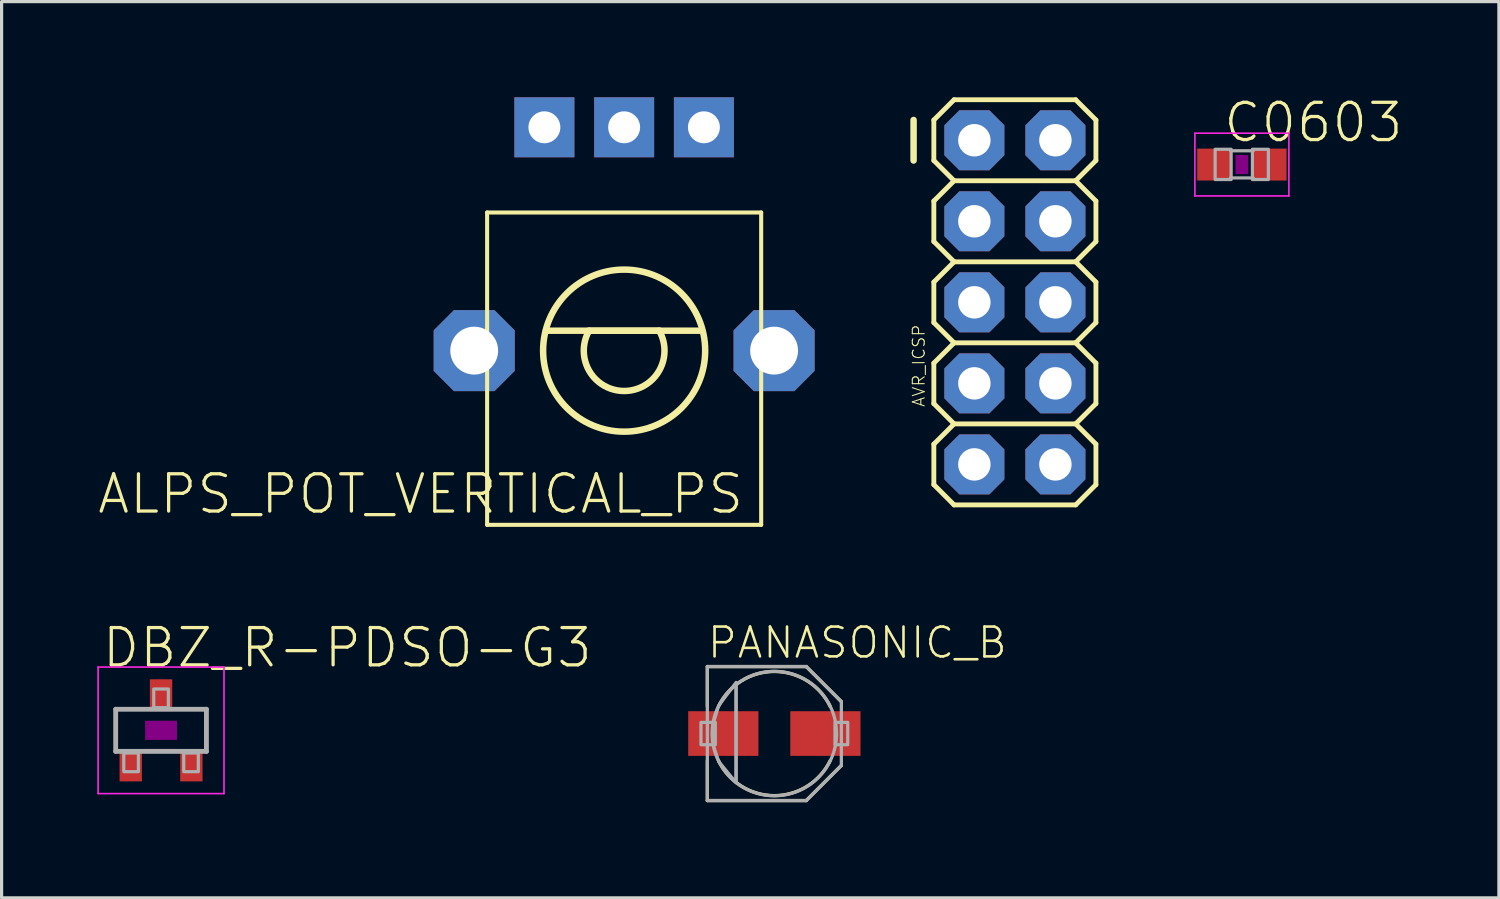
<source format=kicad_pcb>
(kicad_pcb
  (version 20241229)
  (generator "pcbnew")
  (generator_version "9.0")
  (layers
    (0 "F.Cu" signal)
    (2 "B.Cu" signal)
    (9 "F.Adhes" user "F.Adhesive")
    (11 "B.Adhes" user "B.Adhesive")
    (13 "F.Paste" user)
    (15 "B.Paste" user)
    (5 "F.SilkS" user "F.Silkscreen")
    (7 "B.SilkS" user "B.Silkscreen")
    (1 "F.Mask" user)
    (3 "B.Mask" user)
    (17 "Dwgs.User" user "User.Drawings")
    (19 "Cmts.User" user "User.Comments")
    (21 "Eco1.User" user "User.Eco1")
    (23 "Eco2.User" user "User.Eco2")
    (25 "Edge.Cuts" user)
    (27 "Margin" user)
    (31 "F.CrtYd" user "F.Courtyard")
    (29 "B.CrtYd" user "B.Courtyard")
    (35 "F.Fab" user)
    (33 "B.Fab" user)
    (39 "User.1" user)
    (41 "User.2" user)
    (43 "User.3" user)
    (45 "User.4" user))
  (footprint "PANASONIC_B"
    (layer "F.Cu")
    (at 21.221 19.942)
    (property "Reference" "PANASONIC_B" (at -2.15 -2.3 0) (layer "F.SilkS") (effects (font (size 0.935 0.935) (thickness 0.081)) (justify left bottom)))
    (fp_line (start -2.1 -2.1) (end 1 -2.1) (stroke (width 0.102) (type solid)) (layer "F.SilkS"))
    (fp_line (start -2.1 -0.85) (end -2.1 -2.1) (stroke (width 0.102) (type solid)) (layer "F.SilkS"))
    (fp_line (start -2.1 2.1) (end -2.1 0.85) (stroke (width 0.102) (type solid)) (layer "F.SilkS"))
    (fp_line (start 1 -2.1) (end 2.1 -1) (stroke (width 0.102) (type solid)) (layer "F.SilkS"))
    (fp_line (start 1 2.1) (end -2.1 2.1) (stroke (width 0.102) (type solid)) (layer "F.SilkS"))
    (fp_line (start 2.1 1) (end 1 2.1) (stroke (width 0.102) (type solid)) (layer "F.SilkS"))
    (fp_arc (start -1.75 -0.85) (mid 0 -1.945508) (end 1.75 -0.85) (stroke (width 0.1016) (type solid)) (layer "F.SilkS"))
    (fp_arc (start 1.75 0.85) (mid 0 1.945508) (end -1.75 0.85) (stroke (width 0.1016) (type solid)) (layer "F.SilkS"))
    (fp_line (start -2.1 -2.1) (end 1 -2.1) (stroke (width 0.102) (type solid)) (layer "F.Fab"))
    (fp_line (start -2.1 2.1) (end -2.1 -2.1) (stroke (width 0.102) (type solid)) (layer "F.Fab"))
    (fp_line (start -1.2 -1.5) (end -1.2 1.5) (stroke (width 0.102) (type solid)) (layer "F.Fab"))
    (fp_line (start 1 -2.1) (end 2.1 -1) (stroke (width 0.102) (type solid)) (layer "F.Fab"))
    (fp_line (start 1 2.1) (end -2.1 2.1) (stroke (width 0.102) (type solid)) (layer "F.Fab"))
    (fp_line (start 2.1 -1) (end 2.1 1) (stroke (width 0.102) (type solid)) (layer "F.Fab"))
    (fp_line (start 2.1 1) (end 1 2.1) (stroke (width 0.102) (type solid)) (layer "F.Fab"))
    (fp_circle (center 0 0) (end 1.95 0) (stroke (width 0.102) (type solid)) (fill no) (layer "F.Fab"))
    (fp_poly (pts (xy -2.3 0.35) (xy -1.85 0.35) (xy -1.85 -0.35) (xy -2.3 -0.35)) (stroke (width 0.1) (type solid)) (fill no) (layer "F.Fab"))
    (fp_poly (pts (xy 1.9 0.35) (xy 2.3 0.35) (xy 2.3 -0.35) (xy 1.9 -0.35)) (stroke (width 0.1) (type solid)) (fill no) (layer "F.Fab"))
    (fp_poly (pts (xy -1.199 1.542) (xy -1.745 0.875) (xy -1.901 0.408) (xy -1.901 -0.357) (xy -1.746 -0.873) (xy -1.199 -1.602)) (stroke (width 0.1) (type solid)) (fill no) (layer "F.Fab"))
    (pad "+" smd rect (at 1.6 0) (size 2.2 1.4) (layers "F.Cu" "F.Mask" "F.Paste"))
    (pad "-" smd rect (at -1.6 0) (size 2.2 1.4) (layers "F.Cu" "F.Mask" "F.Paste")))
  (footprint "DBZ_R-PDSO-G3"
    (layer "F.Cu")
    (at 1.998 19.841)
    (property "Reference" "DBZ_R-PDSO-G3" (at -1.905 -1.905 0) (layer "F.SilkS") (effects (font (size 1.168 1.168) (thickness 0.102)) (justify left bottom)))
    (fp_poly (pts (xy -0.5 0.3) (xy 0.5 0.3) (xy 0.5 -0.3) (xy -0.5 -0.3)) (stroke (width 0) (type solid)) (fill yes) (layer "F.Adhes"))
    (fp_line (start -1.973 -1.983) (end 1.973 -1.983) (stroke (width 0.051) (type solid)) (layer "F.CrtYd"))
    (fp_line (start -1.973 1.983) (end -1.973 -1.983) (stroke (width 0.051) (type solid)) (layer "F.CrtYd"))
    (fp_line (start 1.973 -1.983) (end 1.973 1.983) (stroke (width 0.051) (type solid)) (layer "F.CrtYd"))
    (fp_line (start 1.973 1.983) (end -1.973 1.983) (stroke (width 0.051) (type solid)) (layer "F.CrtYd"))
    (fp_line (start -1.422 -0.66) (end 1.422 -0.66) (stroke (width 0.152) (type solid)) (layer "F.Fab"))
    (fp_line (start -1.422 0.66) (end -1.422 -0.66) (stroke (width 0.152) (type solid)) (layer "F.Fab"))
    (fp_line (start 1.422 -0.66) (end 1.422 0.66) (stroke (width 0.152) (type solid)) (layer "F.Fab"))
    (fp_line (start 1.422 0.66) (end -1.422 0.66) (stroke (width 0.152) (type solid)) (layer "F.Fab"))
    (fp_poly (pts (xy -1.168 1.295) (xy -0.711 1.295) (xy -0.711 0.711) (xy -1.168 0.711)) (stroke (width 0.1) (type solid)) (fill no) (layer "F.Fab"))
    (fp_poly (pts (xy -0.229 -0.711) (xy 0.229 -0.711) (xy 0.229 -1.295) (xy -0.229 -1.295)) (stroke (width 0.1) (type solid)) (fill no) (layer "F.Fab"))
    (fp_poly (pts (xy 0.711 1.295) (xy 1.168 1.295) (xy 1.168 0.711) (xy 0.711 0.711)) (stroke (width 0.1) (type solid)) (fill no) (layer "F.Fab"))
    (pad "1" smd rect (at -0.95 1.1) (size 0.7 1) (layers "F.Cu" "F.Mask" "F.Paste"))
    (pad "2" smd rect (at 0.95 1.1) (size 0.7 1) (layers "F.Cu" "F.Mask" "F.Paste"))
    (pad "3" smd rect (at 0 -1.1) (size 0.7 1) (layers "F.Cu" "F.Mask" "F.Paste")))
  (footprint "AVR_ICSP"
    (layer "F.Cu")
    (at 28.76 6.426)
    (property "Reference" "AVR_ICSP" (at -2.794 3.302 90) (layer "F.SilkS") (effects (font (size 0.374 0.374) (thickness 0.033)) (justify left bottom)))
    (fp_line (start -3.175 -5.715) (end -3.175 -4.445) (stroke (width 0.203) (type solid)) (layer "F.SilkS"))
    (fp_line (start -2.54 -5.715) (end -2.54 -4.445) (stroke (width 0.152) (type solid)) (layer "F.SilkS"))
    (fp_line (start -2.54 -4.445) (end -1.905 -3.81) (stroke (width 0.152) (type solid)) (layer "F.SilkS"))
    (fp_line (start -2.54 -3.175) (end -2.54 -1.905) (stroke (width 0.152) (type solid)) (layer "F.SilkS"))
    (fp_line (start -2.54 -1.905) (end -1.905 -1.27) (stroke (width 0.152) (type solid)) (layer "F.SilkS"))
    (fp_line (start -2.54 -0.635) (end -2.54 0.635) (stroke (width 0.152) (type solid)) (layer "F.SilkS"))
    (fp_line (start -2.54 0.635) (end -1.905 1.27) (stroke (width 0.152) (type solid)) (layer "F.SilkS"))
    (fp_line (start -2.54 1.905) (end -2.54 3.175) (stroke (width 0.152) (type solid)) (layer "F.SilkS"))
    (fp_line (start -2.54 3.175) (end -1.905 3.81) (stroke (width 0.152) (type solid)) (layer "F.SilkS"))
    (fp_line (start -2.54 4.445) (end -2.54 5.715) (stroke (width 0.152) (type solid)) (layer "F.SilkS"))
    (fp_line (start -2.54 5.715) (end -1.905 6.35) (stroke (width 0.152) (type solid)) (layer "F.SilkS"))
    (fp_line (start -1.905 -6.35) (end -2.54 -5.715) (stroke (width 0.152) (type solid)) (layer "F.SilkS"))
    (fp_line (start -1.905 -6.35) (end 1.905 -6.35) (stroke (width 0.152) (type solid)) (layer "F.SilkS"))
    (fp_line (start -1.905 -3.81) (end -2.54 -3.175) (stroke (width 0.152) (type solid)) (layer "F.SilkS"))
    (fp_line (start -1.905 -1.27) (end -2.54 -0.635) (stroke (width 0.152) (type solid)) (layer "F.SilkS"))
    (fp_line (start -1.905 1.27) (end -2.54 1.905) (stroke (width 0.152) (type solid)) (layer "F.SilkS"))
    (fp_line (start -1.905 3.81) (end -2.54 4.445) (stroke (width 0.152) (type solid)) (layer "F.SilkS"))
    (fp_line (start 1.905 -6.35) (end 2.54 -5.715) (stroke (width 0.152) (type solid)) (layer "F.SilkS"))
    (fp_line (start 1.905 -3.81) (end -1.905 -3.81) (stroke (width 0.152) (type solid)) (layer "F.SilkS"))
    (fp_line (start 1.905 -3.81) (end 2.54 -3.175) (stroke (width 0.152) (type solid)) (layer "F.SilkS"))
    (fp_line (start 1.905 -1.27) (end -1.905 -1.27) (stroke (width 0.152) (type solid)) (layer "F.SilkS"))
    (fp_line (start 1.905 -1.27) (end 2.54 -0.635) (stroke (width 0.152) (type solid)) (layer "F.SilkS"))
    (fp_line (start 1.905 1.27) (end -1.905 1.27) (stroke (width 0.152) (type solid)) (layer "F.SilkS"))
    (fp_line (start 1.905 1.27) (end 2.54 1.905) (stroke (width 0.152) (type solid)) (layer "F.SilkS"))
    (fp_line (start 1.905 3.81) (end -1.905 3.81) (stroke (width 0.152) (type solid)) (layer "F.SilkS"))
    (fp_line (start 1.905 3.81) (end 2.54 4.445) (stroke (width 0.152) (type solid)) (layer "F.SilkS"))
    (fp_line (start 1.905 6.35) (end -1.905 6.35) (stroke (width 0.152) (type solid)) (layer "F.SilkS"))
    (fp_line (start 2.54 -5.715) (end 2.54 -4.445) (stroke (width 0.152) (type solid)) (layer "F.SilkS"))
    (fp_line (start 2.54 -4.445) (end 1.905 -3.81) (stroke (width 0.152) (type solid)) (layer "F.SilkS"))
    (fp_line (start 2.54 -3.175) (end 2.54 -1.905) (stroke (width 0.152) (type solid)) (layer "F.SilkS"))
    (fp_line (start 2.54 -1.905) (end 1.905 -1.27) (stroke (width 0.152) (type solid)) (layer "F.SilkS"))
    (fp_line (start 2.54 -0.635) (end 2.54 0.635) (stroke (width 0.152) (type solid)) (layer "F.SilkS"))
    (fp_line (start 2.54 0.635) (end 1.905 1.27) (stroke (width 0.152) (type solid)) (layer "F.SilkS"))
    (fp_line (start 2.54 1.905) (end 2.54 3.175) (stroke (width 0.152) (type solid)) (layer "F.SilkS"))
    (fp_line (start 2.54 3.175) (end 1.905 3.81) (stroke (width 0.152) (type solid)) (layer "F.SilkS"))
    (fp_line (start 2.54 4.445) (end 2.54 5.715) (stroke (width 0.152) (type solid)) (layer "F.SilkS"))
    (fp_line (start 2.54 5.715) (end 1.905 6.35) (stroke (width 0.152) (type solid)) (layer "F.SilkS"))
    (fp_poly (pts (xy -1.524 0.254) (xy -1.016 0.254) (xy -1.016 -0.254) (xy -1.524 -0.254)) (stroke (width 0) (type solid)) (fill yes) (layer "F.SilkS"))
    (fp_poly (pts (xy -1.524 -4.826) (xy -1.016 -4.826) (xy -1.016 -5.334) (xy -1.524 -5.334)) (stroke (width 0.1) (type solid)) (fill no) (layer "F.Fab"))
    (fp_poly (pts (xy -1.524 -2.286) (xy -1.016 -2.286) (xy -1.016 -2.794) (xy -1.524 -2.794)) (stroke (width 0.1) (type solid)) (fill no) (layer "F.Fab"))
    (fp_poly (pts (xy -1.524 2.794) (xy -1.016 2.794) (xy -1.016 2.286) (xy -1.524 2.286)) (stroke (width 0.1) (type solid)) (fill no) (layer "F.Fab"))
    (fp_poly (pts (xy -1.524 5.334) (xy -1.016 5.334) (xy -1.016 4.826) (xy -1.524 4.826)) (stroke (width 0.1) (type solid)) (fill no) (layer "F.Fab"))
    (fp_poly (pts (xy 1.016 -4.826) (xy 1.524 -4.826) (xy 1.524 -5.334) (xy 1.016 -5.334)) (stroke (width 0.1) (type solid)) (fill no) (layer "F.Fab"))
    (fp_poly (pts (xy 1.016 -2.286) (xy 1.524 -2.286) (xy 1.524 -2.794) (xy 1.016 -2.794)) (stroke (width 0.1) (type solid)) (fill no) (layer "F.Fab"))
    (fp_poly (pts (xy 1.016 0.254) (xy 1.524 0.254) (xy 1.524 -0.254) (xy 1.016 -0.254)) (stroke (width 0.1) (type solid)) (fill no) (layer "F.Fab"))
    (fp_poly (pts (xy 1.016 2.794) (xy 1.524 2.794) (xy 1.524 2.286) (xy 1.016 2.286)) (stroke (width 0.1) (type solid)) (fill no) (layer "F.Fab"))
    (fp_poly (pts (xy 1.016 5.334) (xy 1.524 5.334) (xy 1.524 4.826) (xy 1.016 4.826)) (stroke (width 0.1) (type solid)) (fill no) (layer "F.Fab"))
    (pad "1" thru_hole roundrect (at -1.27 -5.08 270) (size 1.88 1.88) (drill 1.016) (layers "*.Cu" "*.Mask") (roundrect_rratio 0.25) (chamfer_ratio 0.25) (chamfer top_left top_right bottom_left bottom_right))
    (pad "2" thru_hole roundrect (at 1.27 -5.08 270) (size 1.88 1.88) (drill 1.016) (layers "*.Cu" "*.Mask") (roundrect_rratio 0.25) (chamfer_ratio 0.25) (chamfer top_left top_right bottom_left bottom_right))
    (pad "3" thru_hole roundrect (at -1.27 -2.54 270) (size 1.88 1.88) (drill 1.016) (layers "*.Cu" "*.Mask") (roundrect_rratio 0.25) (chamfer_ratio 0.25) (chamfer top_left top_right bottom_left bottom_right))
    (pad "4" thru_hole roundrect (at 1.27 -2.54 270) (size 1.88 1.88) (drill 1.016) (layers "*.Cu" "*.Mask") (roundrect_rratio 0.25) (chamfer_ratio 0.25) (chamfer top_left top_right bottom_left bottom_right))
    (pad "5" thru_hole roundrect (at -1.27 0 270) (size 1.88 1.88) (drill 1.016) (layers "*.Cu" "*.Mask") (roundrect_rratio 0.25) (chamfer_ratio 0.25) (chamfer top_left top_right bottom_left bottom_right))
    (pad "6" thru_hole roundrect (at 1.27 0 270) (size 1.88 1.88) (drill 1.016) (layers "*.Cu" "*.Mask") (roundrect_rratio 0.25) (chamfer_ratio 0.25) (chamfer top_left top_right bottom_left bottom_right))
    (pad "7" thru_hole roundrect (at -1.27 2.54 270) (size 1.88 1.88) (drill 1.016) (layers "*.Cu" "*.Mask") (roundrect_rratio 0.25) (chamfer_ratio 0.25) (chamfer top_left top_right bottom_left bottom_right))
    (pad "8" thru_hole roundrect (at 1.27 2.54 270) (size 1.88 1.88) (drill 1.016) (layers "*.Cu" "*.Mask") (roundrect_rratio 0.25) (chamfer_ratio 0.25) (chamfer top_left top_right bottom_left bottom_right))
    (pad "9" thru_hole roundrect (at -1.27 5.08 270) (size 1.88 1.88) (drill 1.016) (layers "*.Cu" "*.Mask") (roundrect_rratio 0.25) (chamfer_ratio 0.25) (chamfer top_left top_right bottom_left bottom_right))
    (pad "10" thru_hole roundrect (at 1.27 5.08 270) (size 1.88 1.88) (drill 1.016) (layers "*.Cu" "*.Mask") (roundrect_rratio 0.25) (chamfer_ratio 0.25) (chamfer top_left top_right bottom_left bottom_right)))
  (footprint "ALPS_POT_VERTICAL_PS"
    (layer "F.Cu")
    (at 16.513 7.94)
    (property "Reference" "ALPS_POT_VERTICAL_PS" (at 3.81 3.81 0) (layer "F.SilkS") (effects (font (size 1.168 1.168) (thickness 0.102)) (justify right top)))
    (fp_line (start -4.295 -4.33) (end 4.295 -4.33) (stroke (width 0.127) (type solid)) (layer "F.SilkS"))
    (fp_line (start -4.295 5.46) (end -4.295 -4.33) (stroke (width 0.127) (type solid)) (layer "F.SilkS"))
    (fp_line (start -2.45 -0.625) (end 2.425 -0.625) (stroke (width 0.203) (type solid)) (layer "F.SilkS"))
    (fp_line (start -1.1 -0.625) (end 1.1 -0.625) (stroke (width 0.203) (type solid)) (layer "F.SilkS"))
    (fp_line (start 4.295 -4.33) (end 4.295 5.46) (stroke (width 0.127) (type solid)) (layer "F.SilkS"))
    (fp_line (start 4.295 5.46) (end -4.295 5.46) (stroke (width 0.127) (type solid)) (layer "F.SilkS"))
    (fp_arc (start 1.1 -0.625) (mid 0 1.265158) (end -1.1 -0.625) (stroke (width 0.2032) (type solid)) (layer "F.SilkS"))
    (fp_circle (center 0 0) (end 2.54 0) (stroke (width 0.203) (type solid)) (fill no) (layer "F.SilkS"))
    (pad "P$1" thru_hole rect (at -2.5 -7 270) (size 1.88 1.88) (drill 1) (layers "*.Cu" "*.Mask"))
    (pad "P$2" thru_hole rect (at 0 -7 270) (size 1.88 1.88) (drill 1) (layers "*.Cu" "*.Mask"))
    (pad "P$3" thru_hole rect (at 2.5 -7 270) (size 1.88 1.88) (drill 1) (layers "*.Cu" "*.Mask"))
    (pad "P$4" thru_hole roundrect (at -4.7 0 270) (size 2.54 2.54) (drill 1.5) (layers "*.Cu" "*.Mask") (roundrect_rratio 0.25) (chamfer_ratio 0.25) (chamfer top_left top_right bottom_left bottom_right))
    (pad "P$5" thru_hole roundrect (at 4.7 0 270) (size 2.54 2.54) (drill 1.5) (layers "*.Cu" "*.Mask") (roundrect_rratio 0.25) (chamfer_ratio 0.25) (chamfer top_left top_right bottom_left bottom_right)))
  (footprint "C0603"
    (layer "F.Cu")
    (at 35.875 2.108)
    (property "Reference" "C0603" (at -0.635 -0.635 0) (layer "F.SilkS") (effects (font (size 1.168 1.168) (thickness 0.102)) (justify left bottom)))
    (fp_poly (pts (xy -0.2 0.3) (xy 0.2 0.3) (xy 0.2 -0.3) (xy -0.2 -0.3)) (stroke (width 0) (type solid)) (fill yes) (layer "F.Adhes"))
    (fp_line (start -1.473 -0.983) (end 1.473 -0.983) (stroke (width 0.051) (type solid)) (layer "F.CrtYd"))
    (fp_line (start -1.473 0.983) (end -1.473 -0.983) (stroke (width 0.051) (type solid)) (layer "F.CrtYd"))
    (fp_line (start 1.473 -0.983) (end 1.473 0.983) (stroke (width 0.051) (type solid)) (layer "F.CrtYd"))
    (fp_line (start 1.473 0.983) (end -1.473 0.983) (stroke (width 0.051) (type solid)) (layer "F.CrtYd"))
    (fp_line (start -0.356 -0.432) (end 0.356 -0.432) (stroke (width 0.102) (type solid)) (layer "F.Fab"))
    (fp_line (start -0.356 0.419) (end 0.356 0.419) (stroke (width 0.102) (type solid)) (layer "F.Fab"))
    (fp_poly (pts (xy -0.838 0.47) (xy -0.338 0.47) (xy -0.338 -0.48) (xy -0.838 -0.48)) (stroke (width 0.1) (type solid)) (fill no) (layer "F.Fab"))
    (fp_poly (pts (xy 0.33 0.47) (xy 0.83 0.47) (xy 0.83 -0.48) (xy 0.33 -0.48)) (stroke (width 0.1) (type solid)) (fill no) (layer "F.Fab"))
    (pad "1" smd rect (at -0.85 0) (size 1.1 1) (layers "F.Cu" "F.Mask" "F.Paste"))
    (pad "2" smd rect (at 0.85 0) (size 1.1 1) (layers "F.Cu" "F.Mask" "F.Paste")))
  (gr_rect
    (start -3 -3)
    (end 43.93 25.093)
    (stroke (width 0.1) (type default))
    (fill no)
    (layer "Edge.Cuts")))
</source>
